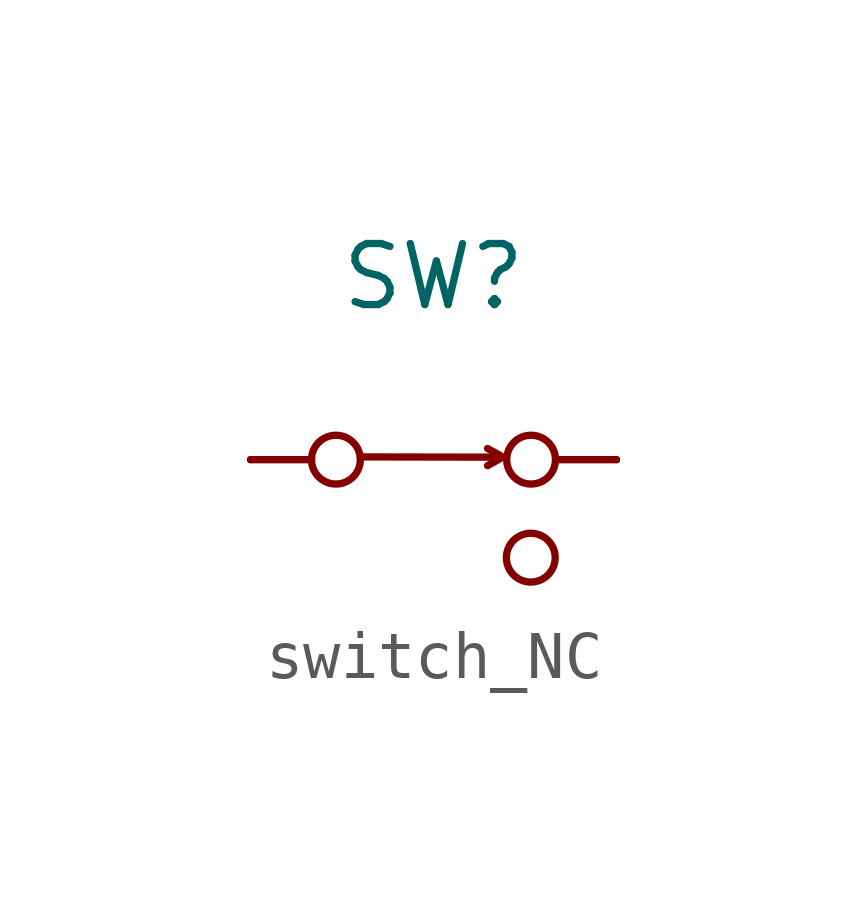
<source format=kicad_sym>
(kicad_symbol_lib
  (version 20231120)
  (generator "kicad_symbol_editor")
  (generator_version "8.0")
  (symbol "switch_NC"
    (pin_names
      (offset 0) hide)
    (property "Reference" "SW"
      (at 0 3.81 0)
      (effects (font (size 1.27 1.27))))
    (symbol "switch_NC_0_0"
      (circle (center -2.032 0) (radius 0.508) (stroke (width 0) (type default)) (fill (type none)))
      (polyline (pts (xy -1.522 0.057) (xy 1.477 0.051)) (stroke (width 0) (type default)) (fill (type none)))
      (circle (center 2.026 -2.041) (radius 0.508) (stroke (width 0) (type default)) (fill (type none)))
      (circle (center 2.032 0) (radius 0.508) (stroke (width 0) (type default)) (fill (type none))))
    (symbol "switch_NC_0_1"
      (polyline (pts (xy -3.81 0) (xy -2.54 0)) (stroke (width 0) (type default)) (fill (type none)))
      (polyline (pts (xy 3.81 0) (xy 2.54 0)) (stroke (width 0) (type default)) (fill (type none))))
    (symbol "switch_NC_1_1"
      (polyline (pts (xy 1.126 -0.125) (xy 1.393 0.023)) (stroke (width 0) (type default)) (fill (type none)))
      (polyline (pts (xy 1.126 0.232) (xy 1.393 0.084)) (stroke (width 0) (type default)) (fill (type none)))
      (pin passive line (at -3.81 0 0) (length 0) (name "~" (effects (font (size 1.27 1.27)))) (number "" (effects (font (size 1.27 1.27)))))
      (pin passive line (at 3.81 0 180) (length 0) (name "~" (effects (font (size 1.27 1.27)))) (number "" (effects (font (size 1.27 1.27))))))))
</source>
